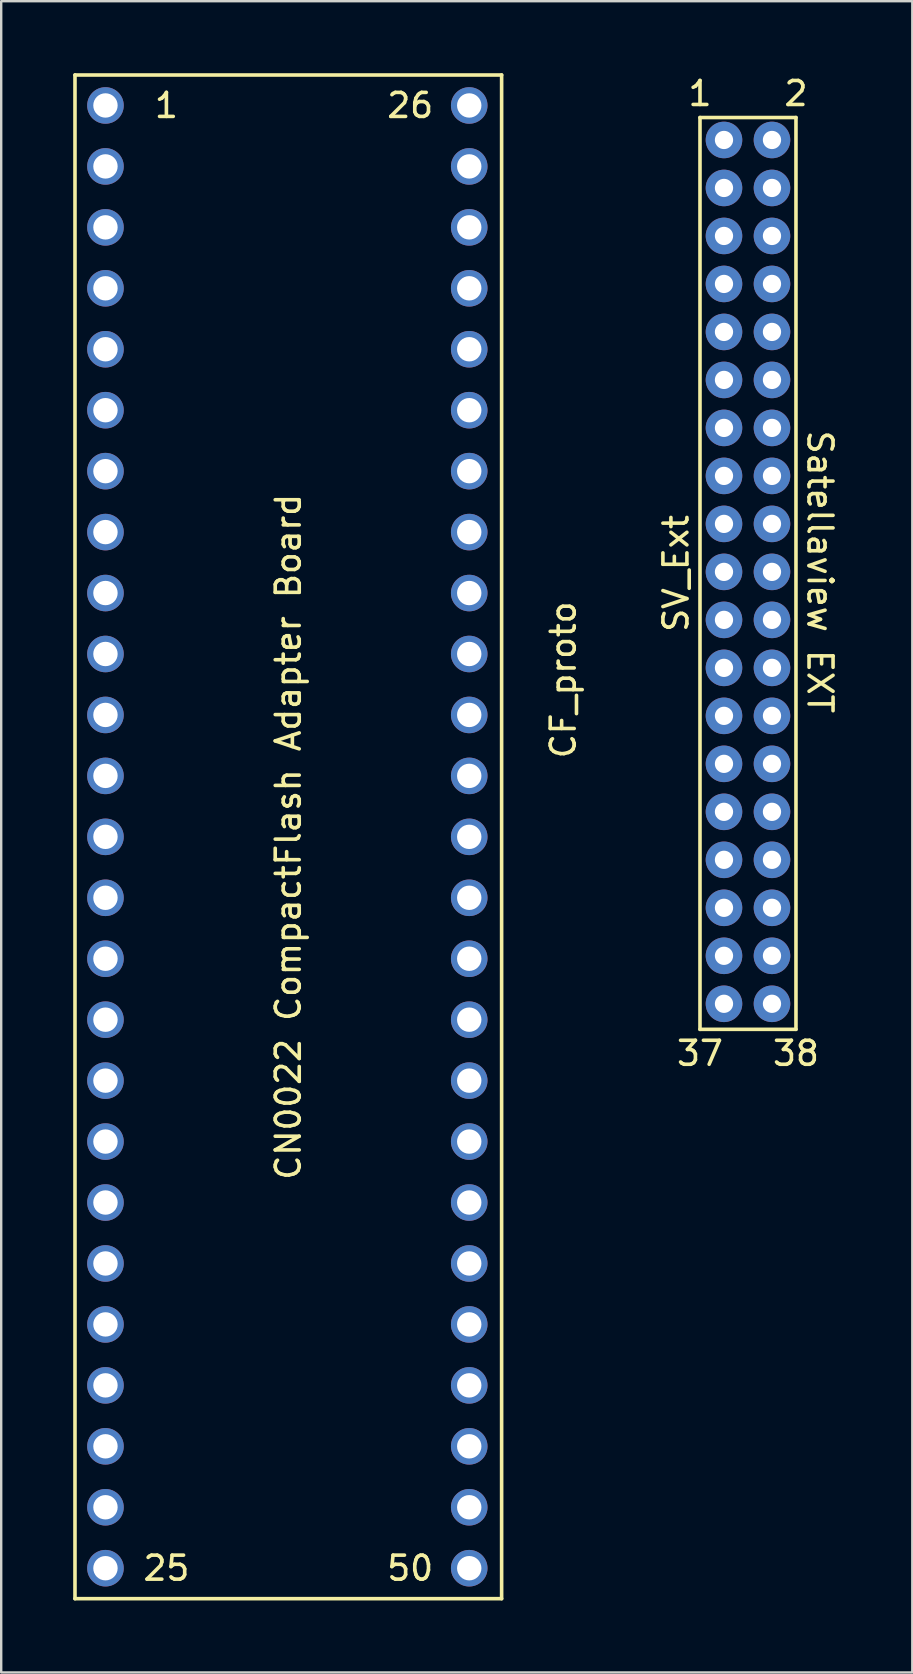
<source format=kicad_pcb>
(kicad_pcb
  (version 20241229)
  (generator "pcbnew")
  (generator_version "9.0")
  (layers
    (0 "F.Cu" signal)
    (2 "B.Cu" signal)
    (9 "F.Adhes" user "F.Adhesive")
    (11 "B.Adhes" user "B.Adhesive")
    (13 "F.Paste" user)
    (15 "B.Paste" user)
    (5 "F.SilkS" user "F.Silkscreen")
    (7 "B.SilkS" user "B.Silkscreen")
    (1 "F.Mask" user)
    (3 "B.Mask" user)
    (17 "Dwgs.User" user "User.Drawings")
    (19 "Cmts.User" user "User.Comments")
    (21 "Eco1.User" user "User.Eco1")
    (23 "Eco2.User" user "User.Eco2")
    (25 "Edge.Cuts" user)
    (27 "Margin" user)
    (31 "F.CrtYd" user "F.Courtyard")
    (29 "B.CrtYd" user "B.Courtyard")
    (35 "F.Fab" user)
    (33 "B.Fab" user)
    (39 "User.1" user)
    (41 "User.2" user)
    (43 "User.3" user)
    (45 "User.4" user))
  (footprint "CF_proto"
    (layer "F.Cu")
    (at 6.425 29.285)
    (property "Reference" "CF_proto" (at 14 -4 270) (layer "F.SilkS") (effects (font (size 1 1) (thickness 0.15))))
    (attr through_hole)
    (fp_line (start -6.35 -29.21) (end 11.43 -29.21) (stroke (width 0.15) (type solid)) (layer "F.SilkS"))
    (fp_line (start -6.35 34.29) (end -6.35 -29.21) (stroke (width 0.15) (type solid)) (layer "F.SilkS"))
    (fp_line (start 11.43 -29.21) (end 11.43 34.29) (stroke (width 0.15) (type solid)) (layer "F.SilkS"))
    (fp_line (start 11.43 34.29) (end -6.35 34.29) (stroke (width 0.15) (type solid)) (layer "F.SilkS"))
    (fp_text user "1" (at -2.54 -27.94 0) (layer "F.SilkS") (effects (font (size 1 1) (thickness 0.15))))
    (fp_text user "26" (at 7.62 -27.94 0) (layer "F.SilkS") (effects (font (size 1 1) (thickness 0.15))))
    (fp_text user "25" (at -2.54 33.02 0) (layer "F.SilkS") (effects (font (size 1 1) (thickness 0.15))))
    (fp_text user "50" (at 7.62 33.02 0) (layer "F.SilkS") (effects (font (size 1 1) (thickness 0.15))))
    (fp_text user "CN0022 CompactFlash Adapter Board" (at 2.54 2.54 270) (layer "F.SilkS") (effects (font (size 1 1) (thickness 0.15))))
    (pad "1" thru_hole circle (at -5.08 -27.94) (size 1.524 1.524) (drill 1.016) (layers "*.Cu" "*.Mask"))
    (pad "2" thru_hole circle (at -5.08 -25.4) (size 1.524 1.524) (drill 1.016) (layers "*.Cu" "*.Mask"))
    (pad "3" thru_hole circle (at -5.08 -22.86) (size 1.524 1.524) (drill 1.016) (layers "*.Cu" "*.Mask"))
    (pad "4" thru_hole circle (at -5.08 -20.32) (size 1.524 1.524) (drill 1.016) (layers "*.Cu" "*.Mask"))
    (pad "5" thru_hole circle (at -5.08 -17.78) (size 1.524 1.524) (drill 1.016) (layers "*.Cu" "*.Mask"))
    (pad "6" thru_hole circle (at -5.08 -15.24) (size 1.524 1.524) (drill 1.016) (layers "*.Cu" "*.Mask"))
    (pad "7" thru_hole circle (at -5.08 -12.7) (size 1.524 1.524) (drill 1.016) (layers "*.Cu" "*.Mask"))
    (pad "8" thru_hole circle (at -5.08 -10.16) (size 1.524 1.524) (drill 1.016) (layers "*.Cu" "*.Mask"))
    (pad "9" thru_hole circle (at -5.08 -7.62) (size 1.524 1.524) (drill 1.016) (layers "*.Cu" "*.Mask"))
    (pad "10" thru_hole circle (at -5.08 -5.08) (size 1.524 1.524) (drill 1.016) (layers "*.Cu" "*.Mask"))
    (pad "11" thru_hole circle (at -5.08 -2.54) (size 1.524 1.524) (drill 1.016) (layers "*.Cu" "*.Mask"))
    (pad "12" thru_hole circle (at -5.08 0) (size 1.524 1.524) (drill 1.016) (layers "*.Cu" "*.Mask"))
    (pad "13" thru_hole circle (at -5.08 2.54) (size 1.524 1.524) (drill 1.016) (layers "*.Cu" "*.Mask"))
    (pad "14" thru_hole circle (at -5.08 5.08) (size 1.524 1.524) (drill 1.016) (layers "*.Cu" "*.Mask"))
    (pad "15" thru_hole circle (at -5.08 7.62) (size 1.524 1.524) (drill 1.016) (layers "*.Cu" "*.Mask"))
    (pad "16" thru_hole circle (at -5.08 10.16) (size 1.524 1.524) (drill 1.016) (layers "*.Cu" "*.Mask"))
    (pad "17" thru_hole circle (at -5.08 12.7) (size 1.524 1.524) (drill 1.016) (layers "*.Cu" "*.Mask"))
    (pad "18" thru_hole circle (at -5.08 15.24) (size 1.524 1.524) (drill 1.016) (layers "*.Cu" "*.Mask"))
    (pad "19" thru_hole circle (at -5.08 17.78) (size 1.524 1.524) (drill 1.016) (layers "*.Cu" "*.Mask"))
    (pad "20" thru_hole circle (at -5.08 20.32) (size 1.524 1.524) (drill 1.016) (layers "*.Cu" "*.Mask"))
    (pad "21" thru_hole circle (at -5.08 22.86) (size 1.524 1.524) (drill 1.016) (layers "*.Cu" "*.Mask"))
    (pad "22" thru_hole circle (at -5.08 25.4) (size 1.524 1.524) (drill 1.016) (layers "*.Cu" "*.Mask"))
    (pad "23" thru_hole circle (at -5.08 27.94) (size 1.524 1.524) (drill 1.016) (layers "*.Cu" "*.Mask"))
    (pad "24" thru_hole circle (at -5.08 30.48) (size 1.524 1.524) (drill 1.016) (layers "*.Cu" "*.Mask"))
    (pad "25" thru_hole circle (at -5.08 33.02) (size 1.524 1.524) (drill 1.016) (layers "*.Cu" "*.Mask"))
    (pad "26" thru_hole circle (at 10.08 -27.94) (size 1.524 1.524) (drill 1.016) (layers "*.Cu" "*.Mask"))
    (pad "27" thru_hole circle (at 10.08 -25.4) (size 1.524 1.524) (drill 1.016) (layers "*.Cu" "*.Mask"))
    (pad "28" thru_hole circle (at 10.08 -22.86) (size 1.524 1.524) (drill 1.016) (layers "*.Cu" "*.Mask"))
    (pad "29" thru_hole circle (at 10.08 -20.32) (size 1.524 1.524) (drill 1.016) (layers "*.Cu" "*.Mask"))
    (pad "30" thru_hole circle (at 10.08 -17.78) (size 1.524 1.524) (drill 1.016) (layers "*.Cu" "*.Mask"))
    (pad "31" thru_hole circle (at 10.08 -15.24) (size 1.524 1.524) (drill 1.016) (layers "*.Cu" "*.Mask"))
    (pad "32" thru_hole circle (at 10.08 -12.7) (size 1.524 1.524) (drill 1.016) (layers "*.Cu" "*.Mask"))
    (pad "33" thru_hole circle (at 10.08 -10.16) (size 1.524 1.524) (drill 1.016) (layers "*.Cu" "*.Mask"))
    (pad "34" thru_hole circle (at 10.08 -7.62) (size 1.524 1.524) (drill 1.016) (layers "*.Cu" "*.Mask"))
    (pad "35" thru_hole circle (at 10.08 -5.08) (size 1.524 1.524) (drill 1.016) (layers "*.Cu" "*.Mask"))
    (pad "36" thru_hole circle (at 10.08 -2.54) (size 1.524 1.524) (drill 1.016) (layers "*.Cu" "*.Mask"))
    (pad "37" thru_hole circle (at 10.08 0) (size 1.524 1.524) (drill 1.016) (layers "*.Cu" "*.Mask"))
    (pad "38" thru_hole circle (at 10.08 2.54) (size 1.524 1.524) (drill 1.016) (layers "*.Cu" "*.Mask"))
    (pad "39" thru_hole circle (at 10.08 5.08) (size 1.524 1.524) (drill 1.016) (layers "*.Cu" "*.Mask"))
    (pad "40" thru_hole circle (at 10.08 7.62) (size 1.524 1.524) (drill 1.016) (layers "*.Cu" "*.Mask"))
    (pad "41" thru_hole circle (at 10.08 10.16) (size 1.524 1.524) (drill 1.016) (layers "*.Cu" "*.Mask"))
    (pad "42" thru_hole circle (at 10.08 12.7) (size 1.524 1.524) (drill 1.016) (layers "*.Cu" "*.Mask"))
    (pad "43" thru_hole circle (at 10.08 15.24) (size 1.524 1.524) (drill 1.016) (layers "*.Cu" "*.Mask"))
    (pad "44" thru_hole circle (at 10.08 17.78) (size 1.524 1.524) (drill 1.016) (layers "*.Cu" "*.Mask"))
    (pad "45" thru_hole circle (at 10.08 20.32) (size 1.524 1.524) (drill 1.016) (layers "*.Cu" "*.Mask"))
    (pad "46" thru_hole circle (at 10.08 22.86) (size 1.524 1.524) (drill 1.016) (layers "*.Cu" "*.Mask"))
    (pad "47" thru_hole circle (at 10.08 25.4) (size 1.524 1.524) (drill 1.016) (layers "*.Cu" "*.Mask"))
    (pad "48" thru_hole circle (at 10.08 27.94) (size 1.524 1.524) (drill 1.016) (layers "*.Cu" "*.Mask"))
    (pad "49" thru_hole circle (at 10.08 30.48) (size 1.524 1.524) (drill 1.016) (layers "*.Cu" "*.Mask"))
    (pad "50" thru_hole circle (at 10.08 33.02) (size 1.524 1.524) (drill 1.016) (layers "*.Cu" "*.Mask")))
  (footprint "SV_Ext"
    (layer "F.Cu")
    (at 28.122 20.848)
    (property "Reference" "SV_Ext" (at -3 0 270) (layer "F.SilkS") (effects (font (size 1 1) (thickness 0.15))))
    (attr through_hole)
    (fp_line (start -2 -19) (end 2 -19) (stroke (width 0.15) (type solid)) (layer "F.SilkS"))
    (fp_line (start -2 19) (end -2 -19) (stroke (width 0.15) (type solid)) (layer "F.SilkS"))
    (fp_line (start 2 -19) (end 2 19) (stroke (width 0.15) (type solid)) (layer "F.SilkS"))
    (fp_line (start 2 19) (end -2 19) (stroke (width 0.15) (type solid)) (layer "F.SilkS"))
    (fp_text user "1" (at -2 -20 0) (layer "F.SilkS") (effects (font (size 1 1) (thickness 0.15))))
    (fp_text user "37" (at -2 20 0) (layer "F.SilkS") (effects (font (size 1 1) (thickness 0.15))))
    (fp_text user "Satellaview EXT" (at 3 -0.065 270) (unlocked yes) (layer "F.SilkS") (effects (font (size 1 1) (thickness 0.15))))
    (fp_text user "2" (at 2 -20 0) (layer "F.SilkS") (effects (font (size 1 1) (thickness 0.15))))
    (fp_text user "38" (at 2 20 0) (layer "F.SilkS") (effects (font (size 1 1) (thickness 0.15))))
    (pad "1" thru_hole circle (at -1 -18.065) (size 1.524 1.524) (drill 0.762) (layers "*.Cu" "*.Mask"))
    (pad "2" thru_hole circle (at 1 -18.065) (size 1.524 1.524) (drill 0.762) (layers "*.Cu" "*.Mask"))
    (pad "3" thru_hole circle (at -1 -16.065) (size 1.524 1.524) (drill 0.762) (layers "*.Cu" "*.Mask"))
    (pad "4" thru_hole circle (at 1 -16.065) (size 1.524 1.524) (drill 0.762) (layers "*.Cu" "*.Mask"))
    (pad "5" thru_hole circle (at -1 -14.065) (size 1.524 1.524) (drill 0.762) (layers "*.Cu" "*.Mask"))
    (pad "6" thru_hole circle (at 1 -14.065) (size 1.524 1.524) (drill 0.762) (layers "*.Cu" "*.Mask"))
    (pad "7" thru_hole circle (at -1 -12.065) (size 1.524 1.524) (drill 0.762) (layers "*.Cu" "*.Mask"))
    (pad "8" thru_hole circle (at 1 -12.065) (size 1.524 1.524) (drill 0.762) (layers "*.Cu" "*.Mask"))
    (pad "9" thru_hole circle (at -1 -10.065) (size 1.524 1.524) (drill 0.762) (layers "*.Cu" "*.Mask"))
    (pad "10" thru_hole circle (at 1 -10.065) (size 1.524 1.524) (drill 0.762) (layers "*.Cu" "*.Mask"))
    (pad "11" thru_hole circle (at -1 -8.065) (size 1.524 1.524) (drill 0.762) (layers "*.Cu" "*.Mask"))
    (pad "12" thru_hole circle (at 1 -8.065) (size 1.524 1.524) (drill 0.762) (layers "*.Cu" "*.Mask"))
    (pad "13" thru_hole circle (at -1 -6.065) (size 1.524 1.524) (drill 0.762) (layers "*.Cu" "*.Mask"))
    (pad "14" thru_hole circle (at 1 -6.065) (size 1.524 1.524) (drill 0.762) (layers "*.Cu" "*.Mask"))
    (pad "15" thru_hole circle (at -1 -4.065) (size 1.524 1.524) (drill 0.762) (layers "*.Cu" "*.Mask"))
    (pad "16" thru_hole circle (at 1 -4.065) (size 1.524 1.524) (drill 0.762) (layers "*.Cu" "*.Mask"))
    (pad "17" thru_hole circle (at -1 -2.065) (size 1.524 1.524) (drill 0.762) (layers "*.Cu" "*.Mask"))
    (pad "18" thru_hole circle (at 1 -2.065) (size 1.524 1.524) (drill 0.762) (layers "*.Cu" "*.Mask"))
    (pad "19" thru_hole circle (at -1 -0.065) (size 1.524 1.524) (drill 0.762) (layers "*.Cu" "*.Mask"))
    (pad "20" thru_hole circle (at 1 -0.065) (size 1.524 1.524) (drill 0.762) (layers "*.Cu" "*.Mask"))
    (pad "21" thru_hole circle (at -1 1.935) (size 1.524 1.524) (drill 0.762) (layers "*.Cu" "*.Mask"))
    (pad "22" thru_hole circle (at 1 1.935) (size 1.524 1.524) (drill 0.762) (layers "*.Cu" "*.Mask"))
    (pad "23" thru_hole circle (at -1 3.935) (size 1.524 1.524) (drill 0.762) (layers "*.Cu" "*.Mask"))
    (pad "24" thru_hole circle (at 1 3.935) (size 1.524 1.524) (drill 0.762) (layers "*.Cu" "*.Mask"))
    (pad "25" thru_hole circle (at -1 5.935) (size 1.524 1.524) (drill 0.762) (layers "*.Cu" "*.Mask"))
    (pad "26" thru_hole circle (at 1 5.935) (size 1.524 1.524) (drill 0.762) (layers "*.Cu" "*.Mask"))
    (pad "27" thru_hole circle (at -1 7.935) (size 1.524 1.524) (drill 0.762) (layers "*.Cu" "*.Mask"))
    (pad "28" thru_hole circle (at 1 7.935) (size 1.524 1.524) (drill 0.762) (layers "*.Cu" "*.Mask"))
    (pad "29" thru_hole circle (at -1 9.935) (size 1.524 1.524) (drill 0.762) (layers "*.Cu" "*.Mask"))
    (pad "30" thru_hole circle (at 1 9.935) (size 1.524 1.524) (drill 0.762) (layers "*.Cu" "*.Mask"))
    (pad "31" thru_hole circle (at -1 11.935) (size 1.524 1.524) (drill 0.762) (layers "*.Cu" "*.Mask"))
    (pad "32" thru_hole circle (at 1 11.935) (size 1.524 1.524) (drill 0.762) (layers "*.Cu" "*.Mask"))
    (pad "33" thru_hole circle (at -1 13.935) (size 1.524 1.524) (drill 0.762) (layers "*.Cu" "*.Mask"))
    (pad "34" thru_hole circle (at 1 13.935) (size 1.524 1.524) (drill 0.762) (layers "*.Cu" "*.Mask"))
    (pad "35" thru_hole circle (at -1 15.935) (size 1.524 1.524) (drill 0.762) (layers "*.Cu" "*.Mask"))
    (pad "36" thru_hole circle (at 1 15.935) (size 1.524 1.524) (drill 0.762) (layers "*.Cu" "*.Mask"))
    (pad "37" thru_hole circle (at -1 17.935) (size 1.524 1.524) (drill 0.762) (layers "*.Cu" "*.Mask"))
    (pad "38" thru_hole circle (at 1 17.935) (size 1.524 1.524) (drill 0.762) (layers "*.Cu" "*.Mask")))
  (gr_rect
    (start -3 -3)
    (end 34.97 66.65)
    (stroke (width 0.1) (type default))
    (fill no)
    (layer "Edge.Cuts")))
</source>
